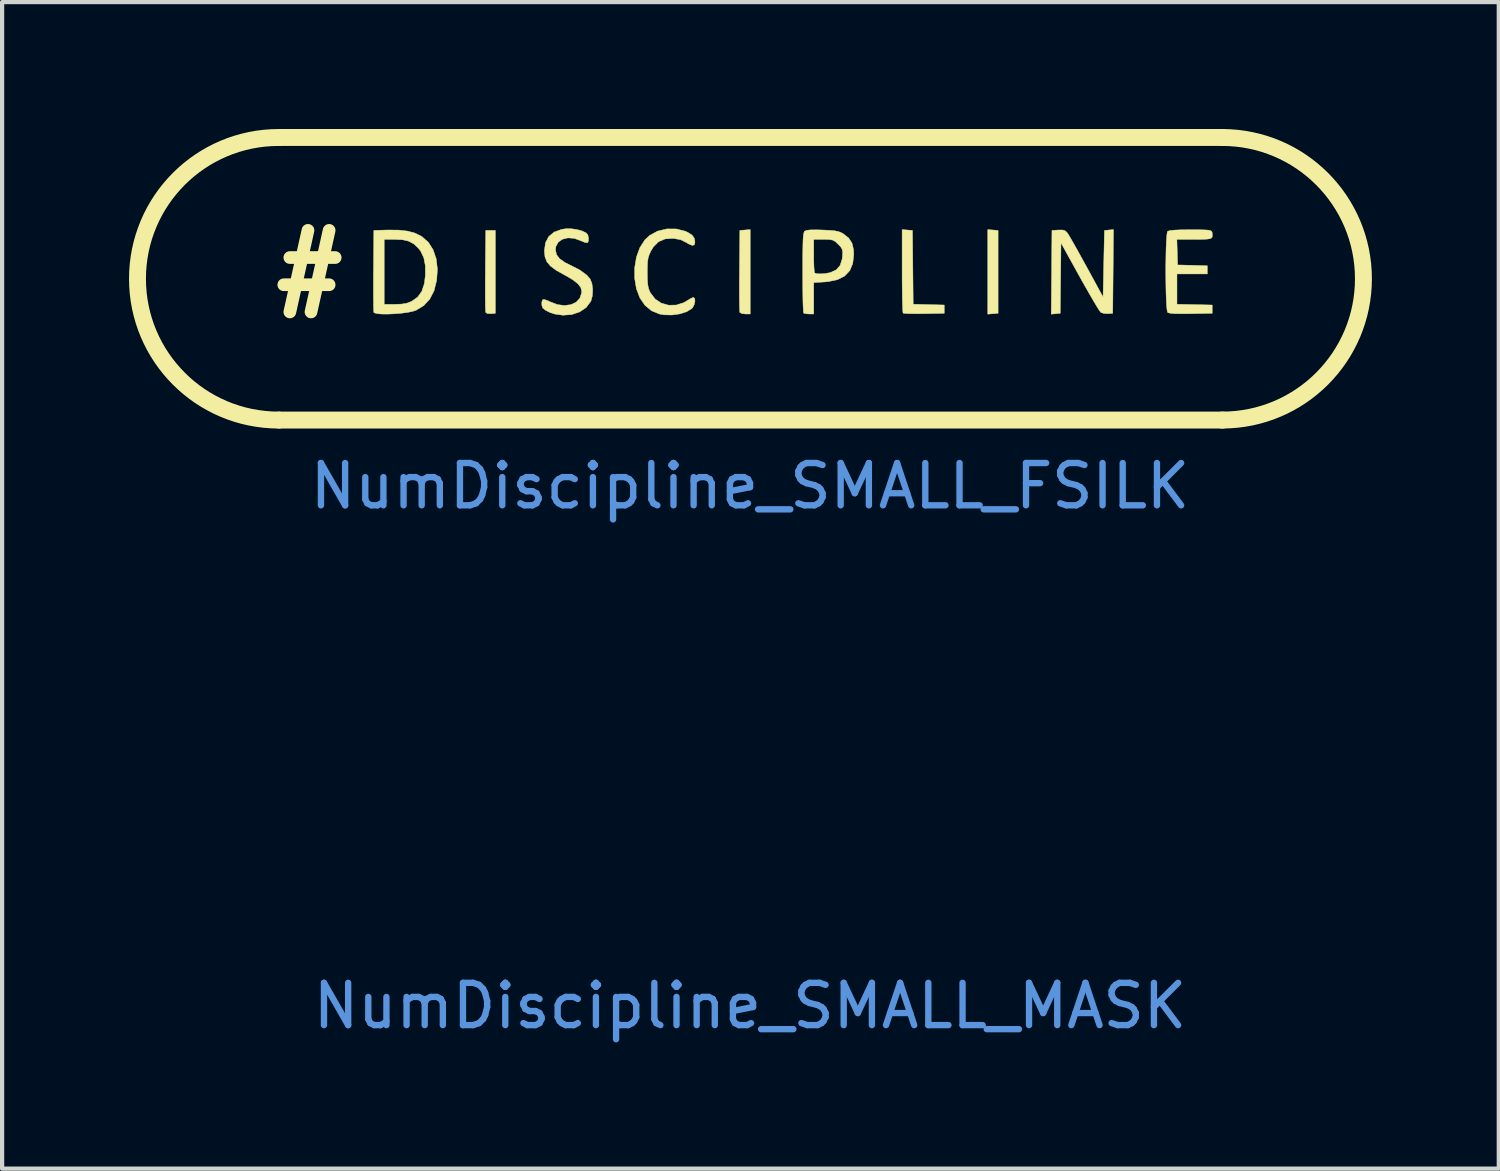
<source format=kicad_pcb>
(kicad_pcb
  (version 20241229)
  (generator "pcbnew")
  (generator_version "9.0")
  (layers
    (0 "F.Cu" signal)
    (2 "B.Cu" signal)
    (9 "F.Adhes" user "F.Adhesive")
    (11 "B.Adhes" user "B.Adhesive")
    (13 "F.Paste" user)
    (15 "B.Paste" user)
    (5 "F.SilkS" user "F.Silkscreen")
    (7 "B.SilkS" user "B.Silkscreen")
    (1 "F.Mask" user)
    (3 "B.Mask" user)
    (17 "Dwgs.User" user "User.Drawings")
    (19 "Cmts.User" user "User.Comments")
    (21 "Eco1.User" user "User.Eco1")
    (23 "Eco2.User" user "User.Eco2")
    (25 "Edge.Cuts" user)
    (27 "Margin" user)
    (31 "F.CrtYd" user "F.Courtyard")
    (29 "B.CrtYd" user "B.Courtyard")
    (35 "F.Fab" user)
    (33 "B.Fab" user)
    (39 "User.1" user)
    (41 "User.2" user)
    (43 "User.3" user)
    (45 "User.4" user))
  (footprint "NumDiscipline_SMALL_FSILK"
    (layer "F.Cu")
    (at 14.68 3.36)
    (property "Reference" "NumDiscipline_SMALL_FSILK" (at 0 5.08 0) (layer "Cmts.User") (effects (font (size 1 1) (thickness 0.15))))
    (attr through_hole)
    (fp_line (start -11.13 3.52) (end 11.17 3.52) (stroke (width 0.4) (type solid)) (layer "F.SilkS"))
    (fp_line (start -11.11 -3.16) (end 11.17 -3.16) (stroke (width 0.4) (type solid)) (layer "F.SilkS"))
    (fp_arc (start -11.14 3.52) (mid -14.48 0.18) (end -11.14 -3.16) (stroke (width 0.4) (type solid)) (layer "F.SilkS"))
    (fp_arc (start 11.16 -3.16) (mid 14.5 0.18) (end 11.16 3.52) (stroke (width 0.4) (type solid)) (layer "F.SilkS"))
    (fp_poly (pts (xy 5.742 -0.973) (xy 5.864 -0.963) (xy 5.864 0.996) (xy 5.619 1.016) (xy 5.619 -0.983) (xy 5.742 -0.973)) (stroke (width 0.01) (type solid)) (fill yes) (layer "F.SilkS"))
    (fp_poly (pts (xy -6.02 0.996) (xy -6.126 1.006) (xy -6.212 1.001) (xy -6.249 0.973) (xy -6.253 0.93) (xy -6.256 0.831) (xy -6.258 0.684) (xy -6.259 0.497) (xy -6.259 0.279) (xy -6.257 0.039) (xy -6.257 -0.017) (xy -6.248 -0.963) (xy -6.02 -0.963) (xy -6.02 0.996)) (stroke (width 0.01) (type solid)) (fill yes) (layer "F.SilkS"))
    (fp_poly (pts (xy 0.004 1.012) (xy -0.111 1.012) (xy -0.192 1.002) (xy -0.24 0.976) (xy -0.242 0.971) (xy -0.246 0.929) (xy -0.249 0.83) (xy -0.251 0.683) (xy -0.252 0.497) (xy -0.252 0.279) (xy -0.25 0.04) (xy -0.25 -0.017) (xy -0.241 -0.963) (xy -0.119 -0.973) (xy 0.004 -0.983) (xy 0.004 1.012)) (stroke (width 0.01) (type solid)) (fill yes) (layer "F.SilkS"))
    (fp_poly (pts (xy 3.718 -0.973) (xy 3.84 -0.963) (xy 3.857 0.781) (xy 4.591 0.8) (xy 4.591 0.996) (xy 4.116 1.005) (xy 3.946 1.006) (xy 3.799 1.005) (xy 3.689 1.001) (xy 3.627 0.994) (xy 3.618 0.991) (xy 3.612 0.954) (xy 3.607 0.86) (xy 3.602 0.717) (xy 3.599 0.533) (xy 3.596 0.317) (xy 3.595 0.077) (xy 3.595 -0.007) (xy 3.595 -0.983) (xy 3.718 -0.973)) (stroke (width 0.01) (type solid)) (fill yes) (layer "F.SilkS"))
    (fp_poly (pts (xy 8.583 0.006) (xy 8.574 0.996) (xy 8.46 1.005) (xy 8.366 1) (xy 8.294 0.975) (xy 8.291 0.973) (xy 8.261 0.934) (xy 8.205 0.846) (xy 8.126 0.715) (xy 8.031 0.551) (xy 7.922 0.361) (xy 7.805 0.153) (xy 7.793 0.131) (xy 7.351 -0.668) (xy 7.342 0.164) (xy 7.333 0.996) (xy 7.227 1.006) (xy 7.12 1.016) (xy 7.129 0.027) (xy 7.137 -0.963) (xy 7.289 -0.973) (xy 7.39 -0.973) (xy 7.452 -0.953) (xy 7.501 -0.904) (xy 7.533 -0.854) (xy 7.591 -0.755) (xy 7.67 -0.617) (xy 7.765 -0.448) (xy 7.871 -0.256) (xy 7.954 -0.106) (xy 8.345 0.612) (xy 8.378 -0.963) (xy 8.485 -0.973) (xy 8.591 -0.984) (xy 8.583 0.006)) (stroke (width 0.01) (type solid)) (fill yes) (layer "F.SilkS"))
    (fp_poly (pts (xy 10.598 -0.979) (xy 10.733 -0.976) (xy 10.824 -0.971) (xy 10.878 -0.961) (xy 10.908 -0.945) (xy 10.922 -0.923) (xy 10.923 -0.919) (xy 10.93 -0.84) (xy 10.922 -0.804) (xy 10.905 -0.782) (xy 10.866 -0.766) (xy 10.796 -0.757) (xy 10.683 -0.752) (xy 10.516 -0.751) (xy 10.495 -0.751) (xy 10.09 -0.751) (xy 10.099 -0.449) (xy 10.108 -0.147) (xy 10.459 -0.138) (xy 10.81 -0.128) (xy 10.81 0.065) (xy 10.092 0.065) (xy 10.092 0.782) (xy 10.925 0.8) (xy 10.925 0.996) (xy 10.418 1.005) (xy 10.202 1.007) (xy 10.046 1.004) (xy 9.942 0.996) (xy 9.884 0.982) (xy 9.871 0.974) (xy 9.859 0.929) (xy 9.848 0.83) (xy 9.84 0.686) (xy 9.834 0.508) (xy 9.83 0.306) (xy 9.828 0.09) (xy 9.828 -0.13) (xy 9.831 -0.342) (xy 9.835 -0.538) (xy 9.842 -0.706) (xy 9.851 -0.836) (xy 9.862 -0.918) (xy 9.87 -0.94) (xy 9.916 -0.958) (xy 10.017 -0.97) (xy 10.176 -0.977) (xy 10.397 -0.979) (xy 10.407 -0.979) (xy 10.598 -0.979)) (stroke (width 0.01) (type solid)) (fill yes) (layer "F.SilkS"))
    (fp_poly (pts (xy -8.307 -0.971) (xy -8.094 -0.947) (xy -7.917 -0.898) (xy -7.764 -0.822) (xy -7.757 -0.817) (xy -7.605 -0.684) (xy -7.491 -0.504) (xy -7.418 -0.288) (xy -7.39 -0.044) (xy -7.408 0.216) (xy -7.47 0.464) (xy -7.572 0.662) (xy -7.715 0.816) (xy -7.897 0.925) (xy -7.988 0.954) (xy -8.116 0.978) (xy -8.267 0.997) (xy -8.428 1.009) (xy -8.583 1.015) (xy -8.721 1.013) (xy -8.826 1.002) (xy -8.885 0.983) (xy -8.893 0.975) (xy -8.897 0.932) (xy -8.9 0.832) (xy -8.902 0.684) (xy -8.903 0.497) (xy -8.903 0.279) (xy -8.902 0.039) (xy -8.901 -0.017) (xy -8.895 -0.751) (xy -8.648 -0.751) (xy -8.648 0.784) (xy -8.393 0.784) (xy -8.236 0.778) (xy -8.119 0.759) (xy -8.016 0.721) (xy -7.994 0.71) (xy -7.856 0.612) (xy -7.759 0.476) (xy -7.699 0.294) (xy -7.675 0.1) (xy -7.676 -0.131) (xy -7.712 -0.317) (xy -7.784 -0.47) (xy -7.841 -0.544) (xy -7.947 -0.644) (xy -8.066 -0.708) (xy -8.215 -0.742) (xy -8.402 -0.751) (xy -8.648 -0.751) (xy -8.895 -0.751) (xy -8.893 -0.963) (xy -8.569 -0.973) (xy -8.307 -0.971)) (stroke (width 0.01) (type solid)) (fill yes) (layer "F.SilkS"))
    (fp_poly (pts (xy -1.743 -0.998) (xy -1.53 -0.944) (xy -1.471 -0.917) (xy -1.367 -0.85) (xy -1.315 -0.774) (xy -1.302 -0.685) (xy -1.317 -0.622) (xy -1.365 -0.608) (xy -1.45 -0.643) (xy -1.5 -0.674) (xy -1.638 -0.743) (xy -1.799 -0.773) (xy -1.819 -0.775) (xy -2.008 -0.762) (xy -2.162 -0.696) (xy -2.285 -0.573) (xy -2.345 -0.474) (xy -2.383 -0.392) (xy -2.408 -0.314) (xy -2.422 -0.222) (xy -2.427 -0.097) (xy -2.428 0.032) (xy -2.426 0.196) (xy -2.418 0.312) (xy -2.402 0.399) (xy -2.375 0.473) (xy -2.353 0.515) (xy -2.243 0.659) (xy -2.097 0.756) (xy -1.927 0.804) (xy -1.746 0.801) (xy -1.566 0.745) (xy -1.464 0.684) (xy -1.392 0.64) (xy -1.34 0.62) (xy -1.338 0.62) (xy -1.307 0.646) (xy -1.302 0.709) (xy -1.318 0.787) (xy -1.355 0.859) (xy -1.374 0.881) (xy -1.495 0.957) (xy -1.658 1.01) (xy -1.844 1.036) (xy -2.033 1.032) (xy -2.139 1.014) (xy -2.327 0.937) (xy -2.483 0.808) (xy -2.604 0.632) (xy -2.686 0.416) (xy -2.728 0.166) (xy -2.727 -0.082) (xy -2.685 -0.334) (xy -2.604 -0.556) (xy -2.488 -0.737) (xy -2.375 -0.844) (xy -2.184 -0.947) (xy -1.967 -0.999) (xy -1.743 -0.998)) (stroke (width 0.01) (type solid)) (fill yes) (layer "F.SilkS"))
    (fp_poly (pts (xy 1.712 -0.973) (xy 1.882 -0.965) (xy 2.003 -0.954) (xy 2.09 -0.936) (xy 2.158 -0.91) (xy 2.205 -0.883) (xy 2.332 -0.783) (xy 2.41 -0.663) (xy 2.447 -0.508) (xy 2.452 -0.392) (xy 2.428 -0.18) (xy 2.357 -0.012) (xy 2.237 0.115) (xy 2.067 0.201) (xy 1.845 0.248) (xy 1.761 0.255) (xy 1.506 0.27) (xy 1.506 1.012) (xy 1.397 1.012) (xy 1.316 1.006) (xy 1.268 0.992) (xy 1.266 0.99) (xy 1.261 0.953) (xy 1.256 0.859) (xy 1.251 0.717) (xy 1.248 0.535) (xy 1.246 0.32) (xy 1.245 0.083) (xy 1.245 0.031) (xy 1.245 -0.247) (xy 1.247 -0.466) (xy 1.25 -0.635) (xy 1.254 -0.751) (xy 1.506 -0.751) (xy 1.506 -0.365) (xy 1.507 -0.212) (xy 1.512 -0.084) (xy 1.519 0.006) (xy 1.527 0.044) (xy 1.579 0.06) (xy 1.673 0.064) (xy 1.785 0.055) (xy 1.895 0.034) (xy 1.9 0.033) (xy 2.039 -0.032) (xy 2.13 -0.137) (xy 2.178 -0.288) (xy 2.184 -0.342) (xy 2.19 -0.449) (xy 2.178 -0.518) (xy 2.14 -0.578) (xy 2.084 -0.636) (xy 2.02 -0.696) (xy 1.964 -0.731) (xy 1.894 -0.746) (xy 1.788 -0.751) (xy 1.738 -0.751) (xy 1.506 -0.751) (xy 1.254 -0.751) (xy 1.254 -0.759) (xy 1.261 -0.845) (xy 1.271 -0.902) (xy 1.283 -0.934) (xy 1.294 -0.947) (xy 1.342 -0.966) (xy 1.434 -0.976) (xy 1.578 -0.977) (xy 1.712 -0.973)) (stroke (width 0.01) (type solid)) (fill yes) (layer "F.SilkS"))
    (fp_poly (pts (xy -4.093 -0.984) (xy -3.97 -0.95) (xy -3.877 -0.906) (xy -3.835 -0.861) (xy -3.817 -0.776) (xy -3.824 -0.703) (xy -3.844 -0.672) (xy -3.887 -0.675) (xy -3.964 -0.703) (xy -3.998 -0.719) (xy -4.155 -0.776) (xy -4.305 -0.787) (xy -4.434 -0.755) (xy -4.533 -0.686) (xy -4.59 -0.582) (xy -4.599 -0.506) (xy -4.576 -0.393) (xy -4.502 -0.294) (xy -4.372 -0.203) (xy -4.253 -0.144) (xy -4.026 -0.028) (xy -3.862 0.091) (xy -3.779 0.186) (xy -3.737 0.294) (xy -3.719 0.435) (xy -3.727 0.581) (xy -3.76 0.704) (xy -3.766 0.716) (xy -3.875 0.86) (xy -4.029 0.964) (xy -4.216 1.026) (xy -4.425 1.041) (xy -4.616 1.014) (xy -4.732 0.976) (xy -4.834 0.924) (xy -4.898 0.872) (xy -4.901 0.868) (xy -4.922 0.803) (xy -4.922 0.727) (xy -4.9 0.674) (xy -4.895 0.671) (xy -4.851 0.673) (xy -4.772 0.702) (xy -4.729 0.723) (xy -4.554 0.79) (xy -4.387 0.812) (xy -4.236 0.792) (xy -4.111 0.734) (xy -4.023 0.64) (xy -3.981 0.514) (xy -3.979 0.476) (xy -4.001 0.387) (xy -4.069 0.298) (xy -4.188 0.204) (xy -4.365 0.1) (xy -4.407 0.078) (xy -4.591 -0.026) (xy -4.72 -0.123) (xy -4.803 -0.223) (xy -4.847 -0.337) (xy -4.861 -0.475) (xy -4.861 -0.485) (xy -4.835 -0.672) (xy -4.758 -0.819) (xy -4.631 -0.924) (xy -4.454 -0.988) (xy -4.358 -1.002) (xy -4.228 -1.003) (xy -4.093 -0.984)) (stroke (width 0.01) (type solid)) (fill yes) (layer "F.SilkS"))
    (fp_text user "#" (at -10.414 0 0) (layer "F.SilkS") (effects (font (size 1.5 1.5) (thickness 0.3)))))
  (footprint "NumDiscipline_SMALL_MASK"
    (layer "F.Cu")
    (at 14.68 15.648)
    (property "Reference" "NumDiscipline_SMALL_MASK" (at 0 5.08 0) (layer "Cmts.User") (effects (font (size 1 1) (thickness 0.15))))
    (attr through_hole)
    (fp_line (start -11.13 3.52) (end 11.17 3.52) (stroke (width 0.4) (type solid)) (layer "F.Mask"))
    (fp_line (start -11.11 -3.16) (end 11.17 -3.16) (stroke (width 0.4) (type solid)) (layer "F.Mask"))
    (fp_arc (start -11.14 3.52) (mid -14.48 0.18) (end -11.14 -3.16) (stroke (width 0.4) (type solid)) (layer "F.Mask"))
    (fp_arc (start 11.16 -3.16) (mid 14.5 0.18) (end 11.16 3.52) (stroke (width 0.4) (type solid)) (layer "F.Mask"))
    (fp_poly (pts (xy 5.742 -0.973) (xy 5.864 -0.963) (xy 5.864 0.996) (xy 5.619 1.016) (xy 5.619 -0.983) (xy 5.742 -0.973)) (stroke (width 0.01) (type solid)) (fill yes) (layer "F.Mask"))
    (fp_poly (pts (xy -6.02 0.996) (xy -6.126 1.006) (xy -6.212 1.001) (xy -6.249 0.973) (xy -6.253 0.93) (xy -6.256 0.831) (xy -6.258 0.684) (xy -6.259 0.497) (xy -6.259 0.279) (xy -6.257 0.039) (xy -6.257 -0.017) (xy -6.248 -0.963) (xy -6.02 -0.963) (xy -6.02 0.996)) (stroke (width 0.01) (type solid)) (fill yes) (layer "F.Mask"))
    (fp_poly (pts (xy 0.004 1.012) (xy -0.111 1.012) (xy -0.192 1.002) (xy -0.24 0.976) (xy -0.242 0.971) (xy -0.246 0.929) (xy -0.249 0.83) (xy -0.251 0.683) (xy -0.252 0.497) (xy -0.252 0.279) (xy -0.25 0.04) (xy -0.25 -0.017) (xy -0.241 -0.963) (xy -0.119 -0.973) (xy 0.004 -0.983) (xy 0.004 1.012)) (stroke (width 0.01) (type solid)) (fill yes) (layer "F.Mask"))
    (fp_poly (pts (xy 3.718 -0.973) (xy 3.84 -0.963) (xy 3.857 0.781) (xy 4.591 0.8) (xy 4.591 0.996) (xy 4.116 1.005) (xy 3.946 1.006) (xy 3.799 1.005) (xy 3.689 1.001) (xy 3.627 0.994) (xy 3.618 0.991) (xy 3.612 0.954) (xy 3.607 0.86) (xy 3.602 0.717) (xy 3.599 0.533) (xy 3.596 0.317) (xy 3.595 0.077) (xy 3.595 -0.007) (xy 3.595 -0.983) (xy 3.718 -0.973)) (stroke (width 0.01) (type solid)) (fill yes) (layer "F.Mask"))
    (fp_poly (pts (xy 8.583 0.006) (xy 8.574 0.996) (xy 8.46 1.005) (xy 8.366 1) (xy 8.294 0.975) (xy 8.291 0.973) (xy 8.261 0.934) (xy 8.205 0.846) (xy 8.126 0.715) (xy 8.031 0.551) (xy 7.922 0.361) (xy 7.805 0.153) (xy 7.793 0.131) (xy 7.351 -0.668) (xy 7.342 0.164) (xy 7.333 0.996) (xy 7.227 1.006) (xy 7.12 1.016) (xy 7.129 0.027) (xy 7.137 -0.963) (xy 7.289 -0.973) (xy 7.39 -0.973) (xy 7.452 -0.953) (xy 7.501 -0.904) (xy 7.533 -0.854) (xy 7.591 -0.755) (xy 7.67 -0.617) (xy 7.765 -0.448) (xy 7.871 -0.256) (xy 7.954 -0.106) (xy 8.345 0.612) (xy 8.378 -0.963) (xy 8.485 -0.973) (xy 8.591 -0.984) (xy 8.583 0.006)) (stroke (width 0.01) (type solid)) (fill yes) (layer "F.Mask"))
    (fp_poly (pts (xy 10.598 -0.979) (xy 10.733 -0.976) (xy 10.824 -0.971) (xy 10.878 -0.961) (xy 10.908 -0.945) (xy 10.922 -0.923) (xy 10.923 -0.919) (xy 10.93 -0.84) (xy 10.922 -0.804) (xy 10.905 -0.782) (xy 10.866 -0.766) (xy 10.796 -0.757) (xy 10.683 -0.752) (xy 10.516 -0.751) (xy 10.495 -0.751) (xy 10.09 -0.751) (xy 10.099 -0.449) (xy 10.108 -0.147) (xy 10.459 -0.138) (xy 10.81 -0.128) (xy 10.81 0.065) (xy 10.092 0.065) (xy 10.092 0.782) (xy 10.925 0.8) (xy 10.925 0.996) (xy 10.418 1.005) (xy 10.202 1.007) (xy 10.046 1.004) (xy 9.942 0.996) (xy 9.884 0.982) (xy 9.871 0.974) (xy 9.859 0.929) (xy 9.848 0.83) (xy 9.84 0.686) (xy 9.834 0.508) (xy 9.83 0.306) (xy 9.828 0.09) (xy 9.828 -0.13) (xy 9.831 -0.342) (xy 9.835 -0.538) (xy 9.842 -0.706) (xy 9.851 -0.836) (xy 9.862 -0.918) (xy 9.87 -0.94) (xy 9.916 -0.958) (xy 10.017 -0.97) (xy 10.176 -0.977) (xy 10.397 -0.979) (xy 10.407 -0.979) (xy 10.598 -0.979)) (stroke (width 0.01) (type solid)) (fill yes) (layer "F.Mask"))
    (fp_poly (pts (xy -8.307 -0.971) (xy -8.094 -0.947) (xy -7.917 -0.898) (xy -7.764 -0.822) (xy -7.757 -0.817) (xy -7.605 -0.684) (xy -7.491 -0.504) (xy -7.418 -0.288) (xy -7.39 -0.044) (xy -7.408 0.216) (xy -7.47 0.464) (xy -7.572 0.662) (xy -7.715 0.816) (xy -7.897 0.925) (xy -7.988 0.954) (xy -8.116 0.978) (xy -8.267 0.997) (xy -8.428 1.009) (xy -8.583 1.015) (xy -8.721 1.013) (xy -8.826 1.002) (xy -8.885 0.983) (xy -8.893 0.975) (xy -8.897 0.932) (xy -8.9 0.832) (xy -8.902 0.684) (xy -8.903 0.497) (xy -8.903 0.279) (xy -8.902 0.039) (xy -8.901 -0.017) (xy -8.895 -0.751) (xy -8.648 -0.751) (xy -8.648 0.784) (xy -8.393 0.784) (xy -8.236 0.778) (xy -8.119 0.759) (xy -8.016 0.721) (xy -7.994 0.71) (xy -7.856 0.612) (xy -7.759 0.476) (xy -7.699 0.294) (xy -7.675 0.1) (xy -7.676 -0.131) (xy -7.712 -0.317) (xy -7.784 -0.47) (xy -7.841 -0.544) (xy -7.947 -0.644) (xy -8.066 -0.708) (xy -8.215 -0.742) (xy -8.402 -0.751) (xy -8.648 -0.751) (xy -8.895 -0.751) (xy -8.893 -0.963) (xy -8.569 -0.973) (xy -8.307 -0.971)) (stroke (width 0.01) (type solid)) (fill yes) (layer "F.Mask"))
    (fp_poly (pts (xy -1.743 -0.998) (xy -1.53 -0.944) (xy -1.471 -0.917) (xy -1.367 -0.85) (xy -1.315 -0.774) (xy -1.302 -0.685) (xy -1.317 -0.622) (xy -1.365 -0.608) (xy -1.45 -0.643) (xy -1.5 -0.674) (xy -1.638 -0.743) (xy -1.799 -0.773) (xy -1.819 -0.775) (xy -2.008 -0.762) (xy -2.162 -0.696) (xy -2.285 -0.573) (xy -2.345 -0.474) (xy -2.383 -0.392) (xy -2.408 -0.314) (xy -2.422 -0.222) (xy -2.427 -0.097) (xy -2.428 0.032) (xy -2.426 0.196) (xy -2.418 0.312) (xy -2.402 0.399) (xy -2.375 0.473) (xy -2.353 0.515) (xy -2.243 0.659) (xy -2.097 0.756) (xy -1.927 0.804) (xy -1.746 0.801) (xy -1.566 0.745) (xy -1.464 0.684) (xy -1.392 0.64) (xy -1.34 0.62) (xy -1.338 0.62) (xy -1.307 0.646) (xy -1.302 0.709) (xy -1.318 0.787) (xy -1.355 0.859) (xy -1.374 0.881) (xy -1.495 0.957) (xy -1.658 1.01) (xy -1.844 1.036) (xy -2.033 1.032) (xy -2.139 1.014) (xy -2.327 0.937) (xy -2.483 0.808) (xy -2.604 0.632) (xy -2.686 0.416) (xy -2.728 0.166) (xy -2.727 -0.082) (xy -2.685 -0.334) (xy -2.604 -0.556) (xy -2.488 -0.737) (xy -2.375 -0.844) (xy -2.184 -0.947) (xy -1.967 -0.999) (xy -1.743 -0.998)) (stroke (width 0.01) (type solid)) (fill yes) (layer "F.Mask"))
    (fp_poly (pts (xy 1.712 -0.973) (xy 1.882 -0.965) (xy 2.003 -0.954) (xy 2.09 -0.936) (xy 2.158 -0.91) (xy 2.205 -0.883) (xy 2.332 -0.783) (xy 2.41 -0.663) (xy 2.447 -0.508) (xy 2.452 -0.392) (xy 2.428 -0.18) (xy 2.357 -0.012) (xy 2.237 0.115) (xy 2.067 0.201) (xy 1.845 0.248) (xy 1.761 0.255) (xy 1.506 0.27) (xy 1.506 1.012) (xy 1.397 1.012) (xy 1.316 1.006) (xy 1.268 0.992) (xy 1.266 0.99) (xy 1.261 0.953) (xy 1.256 0.859) (xy 1.251 0.717) (xy 1.248 0.535) (xy 1.246 0.32) (xy 1.245 0.083) (xy 1.245 0.031) (xy 1.245 -0.247) (xy 1.247 -0.466) (xy 1.25 -0.635) (xy 1.254 -0.751) (xy 1.506 -0.751) (xy 1.506 -0.365) (xy 1.507 -0.212) (xy 1.512 -0.084) (xy 1.519 0.006) (xy 1.527 0.044) (xy 1.579 0.06) (xy 1.673 0.064) (xy 1.785 0.055) (xy 1.895 0.034) (xy 1.9 0.033) (xy 2.039 -0.032) (xy 2.13 -0.137) (xy 2.178 -0.288) (xy 2.184 -0.342) (xy 2.19 -0.449) (xy 2.178 -0.518) (xy 2.14 -0.578) (xy 2.084 -0.636) (xy 2.02 -0.696) (xy 1.964 -0.731) (xy 1.894 -0.746) (xy 1.788 -0.751) (xy 1.738 -0.751) (xy 1.506 -0.751) (xy 1.254 -0.751) (xy 1.254 -0.759) (xy 1.261 -0.845) (xy 1.271 -0.902) (xy 1.283 -0.934) (xy 1.294 -0.947) (xy 1.342 -0.966) (xy 1.434 -0.976) (xy 1.578 -0.977) (xy 1.712 -0.973)) (stroke (width 0.01) (type solid)) (fill yes) (layer "F.Mask"))
    (fp_poly (pts (xy -4.093 -0.984) (xy -3.97 -0.95) (xy -3.877 -0.906) (xy -3.835 -0.861) (xy -3.817 -0.776) (xy -3.824 -0.703) (xy -3.844 -0.672) (xy -3.887 -0.675) (xy -3.964 -0.703) (xy -3.998 -0.719) (xy -4.155 -0.776) (xy -4.305 -0.787) (xy -4.434 -0.755) (xy -4.533 -0.686) (xy -4.59 -0.582) (xy -4.599 -0.506) (xy -4.576 -0.393) (xy -4.502 -0.294) (xy -4.372 -0.203) (xy -4.253 -0.144) (xy -4.026 -0.028) (xy -3.862 0.091) (xy -3.779 0.186) (xy -3.737 0.294) (xy -3.719 0.435) (xy -3.727 0.581) (xy -3.76 0.704) (xy -3.766 0.716) (xy -3.875 0.86) (xy -4.029 0.964) (xy -4.216 1.026) (xy -4.425 1.041) (xy -4.616 1.014) (xy -4.732 0.976) (xy -4.834 0.924) (xy -4.898 0.872) (xy -4.901 0.868) (xy -4.922 0.803) (xy -4.922 0.727) (xy -4.9 0.674) (xy -4.895 0.671) (xy -4.851 0.673) (xy -4.772 0.702) (xy -4.729 0.723) (xy -4.554 0.79) (xy -4.387 0.812) (xy -4.236 0.792) (xy -4.111 0.734) (xy -4.023 0.64) (xy -3.981 0.514) (xy -3.979 0.476) (xy -4.001 0.387) (xy -4.069 0.298) (xy -4.188 0.204) (xy -4.365 0.1) (xy -4.407 0.078) (xy -4.591 -0.026) (xy -4.72 -0.123) (xy -4.803 -0.223) (xy -4.847 -0.337) (xy -4.861 -0.475) (xy -4.861 -0.485) (xy -4.835 -0.672) (xy -4.758 -0.819) (xy -4.631 -0.924) (xy -4.454 -0.988) (xy -4.358 -1.002) (xy -4.228 -1.003) (xy -4.093 -0.984)) (stroke (width 0.01) (type solid)) (fill yes) (layer "F.Mask"))
    (fp_text user "#" (at -10.414 0 0) (layer "F.Mask") (effects (font (size 1.5 1.5) (thickness 0.3)))))
  (gr_rect
    (start -3 -3)
    (end 32.38 24.576)
    (stroke (width 0.1) (type default))
    (fill no)
    (layer "Edge.Cuts")))
</source>
